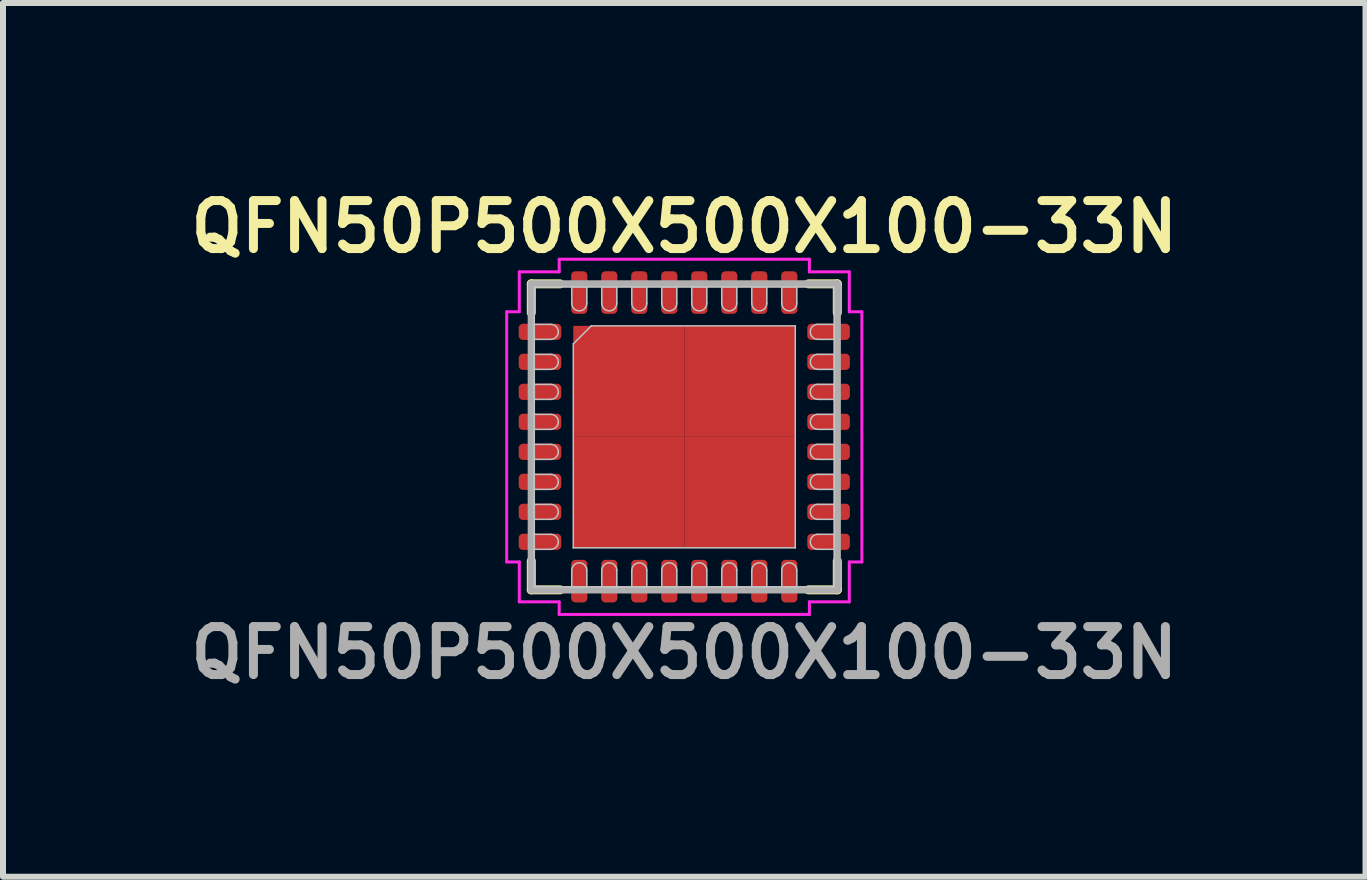
<source format=kicad_pcb>
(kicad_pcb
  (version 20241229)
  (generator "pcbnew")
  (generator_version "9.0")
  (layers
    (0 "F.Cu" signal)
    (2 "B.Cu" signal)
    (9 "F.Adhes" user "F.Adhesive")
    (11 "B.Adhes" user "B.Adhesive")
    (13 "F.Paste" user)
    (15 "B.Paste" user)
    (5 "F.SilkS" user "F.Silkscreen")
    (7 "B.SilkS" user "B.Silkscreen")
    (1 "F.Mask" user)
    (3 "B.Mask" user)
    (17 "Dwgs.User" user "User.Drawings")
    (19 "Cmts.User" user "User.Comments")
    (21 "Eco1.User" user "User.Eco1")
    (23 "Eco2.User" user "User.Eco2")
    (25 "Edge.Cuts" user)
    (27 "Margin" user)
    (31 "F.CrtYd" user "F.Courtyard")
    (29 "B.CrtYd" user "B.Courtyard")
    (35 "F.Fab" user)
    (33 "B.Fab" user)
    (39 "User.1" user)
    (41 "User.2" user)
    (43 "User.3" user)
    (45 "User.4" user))
  (footprint "QFN50P500X500X100-33N"
    (layer "F.Cu")
    (at 8.355 4.231)
    (property "Reference" "QFN50P500X500X100-33N" (at 0 -3.5 0) (layer "F.SilkS") (effects (font (size 0.8 0.8) (thickness 0.15))))
    (attr smd)
    (fp_line (start -2.55 -2.55) (end -2.07 -2.55) (stroke (width 0.15) (type solid)) (layer "F.SilkS"))
    (fp_line (start -2.55 -2.07) (end -2.55 -2.55) (stroke (width 0.15) (type solid)) (layer "F.SilkS"))
    (fp_line (start -2.55 2.07) (end -2.55 2.55) (stroke (width 0.15) (type solid)) (layer "F.SilkS"))
    (fp_line (start -2.55 2.55) (end -2.07 2.55) (stroke (width 0.15) (type solid)) (layer "F.SilkS"))
    (fp_line (start 2.55 -2.55) (end 2.07 -2.55) (stroke (width 0.15) (type solid)) (layer "F.SilkS"))
    (fp_line (start 2.55 -2.07) (end 2.55 -2.55) (stroke (width 0.15) (type solid)) (layer "F.SilkS"))
    (fp_line (start 2.55 2.07) (end 2.55 2.55) (stroke (width 0.15) (type solid)) (layer "F.SilkS"))
    (fp_line (start 2.55 2.55) (end 2.07 2.55) (stroke (width 0.15) (type solid)) (layer "F.SilkS"))
    (fp_line (start -2.5 -2.5) (end 2.5 -2.5) (stroke (width 0.025) (type solid)) (layer "Dwgs.User"))
    (fp_line (start -2.5 -1.875) (end -2.5 -1.625) (stroke (width 0.025) (type solid)) (layer "Dwgs.User"))
    (fp_line (start -2.5 -1.625) (end -2.225 -1.625) (stroke (width 0.025) (type solid)) (layer "Dwgs.User"))
    (fp_line (start -2.5 -1.375) (end -2.5 -1.125) (stroke (width 0.025) (type solid)) (layer "Dwgs.User"))
    (fp_line (start -2.5 -1.125) (end -2.225 -1.125) (stroke (width 0.025) (type solid)) (layer "Dwgs.User"))
    (fp_line (start -2.5 -0.875) (end -2.5 -0.625) (stroke (width 0.025) (type solid)) (layer "Dwgs.User"))
    (fp_line (start -2.5 -0.625) (end -2.225 -0.625) (stroke (width 0.025) (type solid)) (layer "Dwgs.User"))
    (fp_line (start -2.5 -0.375) (end -2.5 -0.125) (stroke (width 0.025) (type solid)) (layer "Dwgs.User"))
    (fp_line (start -2.5 -0.125) (end -2.225 -0.125) (stroke (width 0.025) (type solid)) (layer "Dwgs.User"))
    (fp_line (start -2.5 0.125) (end -2.5 0.375) (stroke (width 0.025) (type solid)) (layer "Dwgs.User"))
    (fp_line (start -2.5 0.375) (end -2.225 0.375) (stroke (width 0.025) (type solid)) (layer "Dwgs.User"))
    (fp_line (start -2.5 0.625) (end -2.5 0.875) (stroke (width 0.025) (type solid)) (layer "Dwgs.User"))
    (fp_line (start -2.5 0.875) (end -2.225 0.875) (stroke (width 0.025) (type solid)) (layer "Dwgs.User"))
    (fp_line (start -2.5 1.125) (end -2.5 1.375) (stroke (width 0.025) (type solid)) (layer "Dwgs.User"))
    (fp_line (start -2.5 1.375) (end -2.225 1.375) (stroke (width 0.025) (type solid)) (layer "Dwgs.User"))
    (fp_line (start -2.5 1.625) (end -2.5 1.875) (stroke (width 0.025) (type solid)) (layer "Dwgs.User"))
    (fp_line (start -2.5 1.875) (end -2.225 1.875) (stroke (width 0.025) (type solid)) (layer "Dwgs.User"))
    (fp_line (start -2.5 2.5) (end -2.5 -2.5) (stroke (width 0.025) (type solid)) (layer "Dwgs.User"))
    (fp_line (start -2.225 -1.875) (end -2.5 -1.875) (stroke (width 0.025) (type solid)) (layer "Dwgs.User"))
    (fp_line (start -2.225 -1.375) (end -2.5 -1.375) (stroke (width 0.025) (type solid)) (layer "Dwgs.User"))
    (fp_line (start -2.225 -0.875) (end -2.5 -0.875) (stroke (width 0.025) (type solid)) (layer "Dwgs.User"))
    (fp_line (start -2.225 -0.375) (end -2.5 -0.375) (stroke (width 0.025) (type solid)) (layer "Dwgs.User"))
    (fp_line (start -2.225 0.125) (end -2.5 0.125) (stroke (width 0.025) (type solid)) (layer "Dwgs.User"))
    (fp_line (start -2.225 0.625) (end -2.5 0.625) (stroke (width 0.025) (type solid)) (layer "Dwgs.User"))
    (fp_line (start -2.225 1.125) (end -2.5 1.125) (stroke (width 0.025) (type solid)) (layer "Dwgs.User"))
    (fp_line (start -2.225 1.625) (end -2.5 1.625) (stroke (width 0.025) (type solid)) (layer "Dwgs.User"))
    (fp_line (start -1.875 -2.5) (end -1.875 -2.225) (stroke (width 0.025) (type solid)) (layer "Dwgs.User"))
    (fp_line (start -1.875 2.225) (end -1.875 2.5) (stroke (width 0.025) (type solid)) (layer "Dwgs.User"))
    (fp_line (start -1.875 2.5) (end -1.625 2.5) (stroke (width 0.025) (type solid)) (layer "Dwgs.User"))
    (fp_line (start -1.85 -1.55) (end -1.85 1.85) (stroke (width 0.025) (type solid)) (layer "Dwgs.User"))
    (fp_line (start -1.85 1.85) (end 1.85 1.85) (stroke (width 0.025) (type solid)) (layer "Dwgs.User"))
    (fp_line (start -1.625 -2.5) (end -1.875 -2.5) (stroke (width 0.025) (type solid)) (layer "Dwgs.User"))
    (fp_line (start -1.625 -2.225) (end -1.625 -2.5) (stroke (width 0.025) (type solid)) (layer "Dwgs.User"))
    (fp_line (start -1.625 2.5) (end -1.625 2.225) (stroke (width 0.025) (type solid)) (layer "Dwgs.User"))
    (fp_line (start -1.55 -1.85) (end -1.85 -1.55) (stroke (width 0.025) (type solid)) (layer "Dwgs.User"))
    (fp_line (start -1.375 -2.5) (end -1.375 -2.225) (stroke (width 0.025) (type solid)) (layer "Dwgs.User"))
    (fp_line (start -1.375 2.225) (end -1.375 2.5) (stroke (width 0.025) (type solid)) (layer "Dwgs.User"))
    (fp_line (start -1.375 2.5) (end -1.125 2.5) (stroke (width 0.025) (type solid)) (layer "Dwgs.User"))
    (fp_line (start -1.125 -2.5) (end -1.375 -2.5) (stroke (width 0.025) (type solid)) (layer "Dwgs.User"))
    (fp_line (start -1.125 -2.225) (end -1.125 -2.5) (stroke (width 0.025) (type solid)) (layer "Dwgs.User"))
    (fp_line (start -1.125 2.5) (end -1.125 2.225) (stroke (width 0.025) (type solid)) (layer "Dwgs.User"))
    (fp_line (start -0.875 -2.5) (end -0.875 -2.225) (stroke (width 0.025) (type solid)) (layer "Dwgs.User"))
    (fp_line (start -0.875 2.225) (end -0.875 2.5) (stroke (width 0.025) (type solid)) (layer "Dwgs.User"))
    (fp_line (start -0.875 2.5) (end -0.625 2.5) (stroke (width 0.025) (type solid)) (layer "Dwgs.User"))
    (fp_line (start -0.625 -2.5) (end -0.875 -2.5) (stroke (width 0.025) (type solid)) (layer "Dwgs.User"))
    (fp_line (start -0.625 -2.225) (end -0.625 -2.5) (stroke (width 0.025) (type solid)) (layer "Dwgs.User"))
    (fp_line (start -0.625 2.5) (end -0.625 2.225) (stroke (width 0.025) (type solid)) (layer "Dwgs.User"))
    (fp_line (start -0.375 -2.5) (end -0.375 -2.225) (stroke (width 0.025) (type solid)) (layer "Dwgs.User"))
    (fp_line (start -0.375 2.225) (end -0.375 2.5) (stroke (width 0.025) (type solid)) (layer "Dwgs.User"))
    (fp_line (start -0.375 2.5) (end -0.125 2.5) (stroke (width 0.025) (type solid)) (layer "Dwgs.User"))
    (fp_line (start -0.125 -2.5) (end -0.375 -2.5) (stroke (width 0.025) (type solid)) (layer "Dwgs.User"))
    (fp_line (start -0.125 -2.225) (end -0.125 -2.5) (stroke (width 0.025) (type solid)) (layer "Dwgs.User"))
    (fp_line (start -0.125 2.5) (end -0.125 2.225) (stroke (width 0.025) (type solid)) (layer "Dwgs.User"))
    (fp_line (start 0.125 -2.5) (end 0.125 -2.225) (stroke (width 0.025) (type solid)) (layer "Dwgs.User"))
    (fp_line (start 0.125 2.225) (end 0.125 2.5) (stroke (width 0.025) (type solid)) (layer "Dwgs.User"))
    (fp_line (start 0.125 2.5) (end 0.375 2.5) (stroke (width 0.025) (type solid)) (layer "Dwgs.User"))
    (fp_line (start 0.375 -2.5) (end 0.125 -2.5) (stroke (width 0.025) (type solid)) (layer "Dwgs.User"))
    (fp_line (start 0.375 -2.225) (end 0.375 -2.5) (stroke (width 0.025) (type solid)) (layer "Dwgs.User"))
    (fp_line (start 0.375 2.5) (end 0.375 2.225) (stroke (width 0.025) (type solid)) (layer "Dwgs.User"))
    (fp_line (start 0.625 -2.5) (end 0.625 -2.225) (stroke (width 0.025) (type solid)) (layer "Dwgs.User"))
    (fp_line (start 0.625 2.225) (end 0.625 2.5) (stroke (width 0.025) (type solid)) (layer "Dwgs.User"))
    (fp_line (start 0.625 2.5) (end 0.875 2.5) (stroke (width 0.025) (type solid)) (layer "Dwgs.User"))
    (fp_line (start 0.875 -2.5) (end 0.625 -2.5) (stroke (width 0.025) (type solid)) (layer "Dwgs.User"))
    (fp_line (start 0.875 -2.225) (end 0.875 -2.5) (stroke (width 0.025) (type solid)) (layer "Dwgs.User"))
    (fp_line (start 0.875 2.5) (end 0.875 2.225) (stroke (width 0.025) (type solid)) (layer "Dwgs.User"))
    (fp_line (start 1.125 -2.5) (end 1.125 -2.225) (stroke (width 0.025) (type solid)) (layer "Dwgs.User"))
    (fp_line (start 1.125 2.225) (end 1.125 2.5) (stroke (width 0.025) (type solid)) (layer "Dwgs.User"))
    (fp_line (start 1.125 2.5) (end 1.375 2.5) (stroke (width 0.025) (type solid)) (layer "Dwgs.User"))
    (fp_line (start 1.375 -2.5) (end 1.125 -2.5) (stroke (width 0.025) (type solid)) (layer "Dwgs.User"))
    (fp_line (start 1.375 -2.225) (end 1.375 -2.5) (stroke (width 0.025) (type solid)) (layer "Dwgs.User"))
    (fp_line (start 1.375 2.5) (end 1.375 2.225) (stroke (width 0.025) (type solid)) (layer "Dwgs.User"))
    (fp_line (start 1.625 -2.5) (end 1.625 -2.225) (stroke (width 0.025) (type solid)) (layer "Dwgs.User"))
    (fp_line (start 1.625 2.225) (end 1.625 2.5) (stroke (width 0.025) (type solid)) (layer "Dwgs.User"))
    (fp_line (start 1.625 2.5) (end 1.875 2.5) (stroke (width 0.025) (type solid)) (layer "Dwgs.User"))
    (fp_line (start 1.85 -1.85) (end -1.55 -1.85) (stroke (width 0.025) (type solid)) (layer "Dwgs.User"))
    (fp_line (start 1.85 1.85) (end 1.85 -1.85) (stroke (width 0.025) (type solid)) (layer "Dwgs.User"))
    (fp_line (start 1.875 -2.5) (end 1.625 -2.5) (stroke (width 0.025) (type solid)) (layer "Dwgs.User"))
    (fp_line (start 1.875 -2.225) (end 1.875 -2.5) (stroke (width 0.025) (type solid)) (layer "Dwgs.User"))
    (fp_line (start 1.875 2.5) (end 1.875 2.225) (stroke (width 0.025) (type solid)) (layer "Dwgs.User"))
    (fp_line (start 2.225 -1.625) (end 2.5 -1.625) (stroke (width 0.025) (type solid)) (layer "Dwgs.User"))
    (fp_line (start 2.225 -1.125) (end 2.5 -1.125) (stroke (width 0.025) (type solid)) (layer "Dwgs.User"))
    (fp_line (start 2.225 -0.625) (end 2.5 -0.625) (stroke (width 0.025) (type solid)) (layer "Dwgs.User"))
    (fp_line (start 2.225 -0.125) (end 2.5 -0.125) (stroke (width 0.025) (type solid)) (layer "Dwgs.User"))
    (fp_line (start 2.225 0.375) (end 2.5 0.375) (stroke (width 0.025) (type solid)) (layer "Dwgs.User"))
    (fp_line (start 2.225 0.875) (end 2.5 0.875) (stroke (width 0.025) (type solid)) (layer "Dwgs.User"))
    (fp_line (start 2.225 1.375) (end 2.5 1.375) (stroke (width 0.025) (type solid)) (layer "Dwgs.User"))
    (fp_line (start 2.225 1.875) (end 2.5 1.875) (stroke (width 0.025) (type solid)) (layer "Dwgs.User"))
    (fp_line (start 2.5 -2.5) (end 2.5 2.5) (stroke (width 0.025) (type solid)) (layer "Dwgs.User"))
    (fp_line (start 2.5 -1.875) (end 2.225 -1.875) (stroke (width 0.025) (type solid)) (layer "Dwgs.User"))
    (fp_line (start 2.5 -1.625) (end 2.5 -1.875) (stroke (width 0.025) (type solid)) (layer "Dwgs.User"))
    (fp_line (start 2.5 -1.375) (end 2.225 -1.375) (stroke (width 0.025) (type solid)) (layer "Dwgs.User"))
    (fp_line (start 2.5 -1.125) (end 2.5 -1.375) (stroke (width 0.025) (type solid)) (layer "Dwgs.User"))
    (fp_line (start 2.5 -0.875) (end 2.225 -0.875) (stroke (width 0.025) (type solid)) (layer "Dwgs.User"))
    (fp_line (start 2.5 -0.625) (end 2.5 -0.875) (stroke (width 0.025) (type solid)) (layer "Dwgs.User"))
    (fp_line (start 2.5 -0.375) (end 2.225 -0.375) (stroke (width 0.025) (type solid)) (layer "Dwgs.User"))
    (fp_line (start 2.5 -0.125) (end 2.5 -0.375) (stroke (width 0.025) (type solid)) (layer "Dwgs.User"))
    (fp_line (start 2.5 0.125) (end 2.225 0.125) (stroke (width 0.025) (type solid)) (layer "Dwgs.User"))
    (fp_line (start 2.5 0.375) (end 2.5 0.125) (stroke (width 0.025) (type solid)) (layer "Dwgs.User"))
    (fp_line (start 2.5 0.625) (end 2.225 0.625) (stroke (width 0.025) (type solid)) (layer "Dwgs.User"))
    (fp_line (start 2.5 0.875) (end 2.5 0.625) (stroke (width 0.025) (type solid)) (layer "Dwgs.User"))
    (fp_line (start 2.5 1.125) (end 2.225 1.125) (stroke (width 0.025) (type solid)) (layer "Dwgs.User"))
    (fp_line (start 2.5 1.375) (end 2.5 1.125) (stroke (width 0.025) (type solid)) (layer "Dwgs.User"))
    (fp_line (start 2.5 1.625) (end 2.225 1.625) (stroke (width 0.025) (type solid)) (layer "Dwgs.User"))
    (fp_line (start 2.5 1.875) (end 2.5 1.625) (stroke (width 0.025) (type solid)) (layer "Dwgs.User"))
    (fp_line (start 2.5 2.5) (end -2.5 2.5) (stroke (width 0.025) (type solid)) (layer "Dwgs.User"))
    (fp_arc (start -2.225 -1.875) (mid -2.1 -1.75) (end -2.225 -1.625) (stroke (width 0.025) (type solid)) (layer "Dwgs.User"))
    (fp_arc (start -2.225 -1.375) (mid -2.1 -1.25) (end -2.225 -1.125) (stroke (width 0.025) (type solid)) (layer "Dwgs.User"))
    (fp_arc (start -2.225 -0.875) (mid -2.1 -0.75) (end -2.225 -0.625) (stroke (width 0.025) (type solid)) (layer "Dwgs.User"))
    (fp_arc (start -2.225 -0.375) (mid -2.1 -0.25) (end -2.225 -0.125) (stroke (width 0.025) (type solid)) (layer "Dwgs.User"))
    (fp_arc (start -2.225 0.125) (mid -2.1 0.25) (end -2.225 0.375) (stroke (width 0.025) (type solid)) (layer "Dwgs.User"))
    (fp_arc (start -2.225 0.625) (mid -2.1 0.75) (end -2.225 0.875) (stroke (width 0.025) (type solid)) (layer "Dwgs.User"))
    (fp_arc (start -2.225 1.125) (mid -2.1 1.25) (end -2.225 1.375) (stroke (width 0.025) (type solid)) (layer "Dwgs.User"))
    (fp_arc (start -2.225 1.625) (mid -2.1 1.75) (end -2.225 1.875) (stroke (width 0.025) (type solid)) (layer "Dwgs.User"))
    (fp_arc (start -1.875 2.225) (mid -1.75 2.1) (end -1.625 2.225) (stroke (width 0.025) (type solid)) (layer "Dwgs.User"))
    (fp_arc (start -1.625 -2.225) (mid -1.75 -2.1) (end -1.875 -2.225) (stroke (width 0.025) (type solid)) (layer "Dwgs.User"))
    (fp_arc (start -1.375 2.225) (mid -1.25 2.1) (end -1.125 2.225) (stroke (width 0.025) (type solid)) (layer "Dwgs.User"))
    (fp_arc (start -1.125 -2.225) (mid -1.25 -2.1) (end -1.375 -2.225) (stroke (width 0.025) (type solid)) (layer "Dwgs.User"))
    (fp_arc (start -0.875 2.225) (mid -0.75 2.1) (end -0.625 2.225) (stroke (width 0.025) (type solid)) (layer "Dwgs.User"))
    (fp_arc (start -0.625 -2.225) (mid -0.75 -2.1) (end -0.875 -2.225) (stroke (width 0.025) (type solid)) (layer "Dwgs.User"))
    (fp_arc (start -0.375 2.225) (mid -0.25 2.1) (end -0.125 2.225) (stroke (width 0.025) (type solid)) (layer "Dwgs.User"))
    (fp_arc (start -0.125 -2.225) (mid -0.25 -2.1) (end -0.375 -2.225) (stroke (width 0.025) (type solid)) (layer "Dwgs.User"))
    (fp_arc (start 0.125 2.225) (mid 0.25 2.1) (end 0.375 2.225) (stroke (width 0.025) (type solid)) (layer "Dwgs.User"))
    (fp_arc (start 0.375 -2.225) (mid 0.25 -2.1) (end 0.125 -2.225) (stroke (width 0.025) (type solid)) (layer "Dwgs.User"))
    (fp_arc (start 0.625 2.225) (mid 0.75 2.1) (end 0.875 2.225) (stroke (width 0.025) (type solid)) (layer "Dwgs.User"))
    (fp_arc (start 0.875 -2.225) (mid 0.75 -2.1) (end 0.625 -2.225) (stroke (width 0.025) (type solid)) (layer "Dwgs.User"))
    (fp_arc (start 1.125 2.225) (mid 1.25 2.1) (end 1.375 2.225) (stroke (width 0.025) (type solid)) (layer "Dwgs.User"))
    (fp_arc (start 1.375 -2.225) (mid 1.25 -2.1) (end 1.125 -2.225) (stroke (width 0.025) (type solid)) (layer "Dwgs.User"))
    (fp_arc (start 1.625 2.225) (mid 1.75 2.1) (end 1.875 2.225) (stroke (width 0.025) (type solid)) (layer "Dwgs.User"))
    (fp_arc (start 1.875 -2.225) (mid 1.75 -2.1) (end 1.625 -2.225) (stroke (width 0.025) (type solid)) (layer "Dwgs.User"))
    (fp_arc (start 2.225 -1.625) (mid 2.1 -1.75) (end 2.225 -1.875) (stroke (width 0.025) (type solid)) (layer "Dwgs.User"))
    (fp_arc (start 2.225 -1.125) (mid 2.1 -1.25) (end 2.225 -1.375) (stroke (width 0.025) (type solid)) (layer "Dwgs.User"))
    (fp_arc (start 2.225 -0.625) (mid 2.1 -0.75) (end 2.225 -0.875) (stroke (width 0.025) (type solid)) (layer "Dwgs.User"))
    (fp_arc (start 2.225 -0.125) (mid 2.1 -0.25) (end 2.225 -0.375) (stroke (width 0.025) (type solid)) (layer "Dwgs.User"))
    (fp_arc (start 2.225 0.375) (mid 2.1 0.25) (end 2.225 0.125) (stroke (width 0.025) (type solid)) (layer "Dwgs.User"))
    (fp_arc (start 2.225 0.875) (mid 2.1 0.75) (end 2.225 0.625) (stroke (width 0.025) (type solid)) (layer "Dwgs.User"))
    (fp_arc (start 2.225 1.375) (mid 2.1 1.25) (end 2.225 1.125) (stroke (width 0.025) (type solid)) (layer "Dwgs.User"))
    (fp_arc (start 2.225 1.875) (mid 2.1 1.75) (end 2.225 1.625) (stroke (width 0.025) (type solid)) (layer "Dwgs.User"))
    (fp_line (start -2.96 -2.085) (end -2.96 2.085) (stroke (width 0.05) (type solid)) (layer "F.CrtYd"))
    (fp_line (start -2.96 2.085) (end -2.75 2.085) (stroke (width 0.05) (type solid)) (layer "F.CrtYd"))
    (fp_line (start -2.75 -2.75) (end -2.75 -2.085) (stroke (width 0.05) (type solid)) (layer "F.CrtYd"))
    (fp_line (start -2.75 -2.085) (end -2.96 -2.085) (stroke (width 0.05) (type solid)) (layer "F.CrtYd"))
    (fp_line (start -2.75 2.085) (end -2.75 2.75) (stroke (width 0.05) (type solid)) (layer "F.CrtYd"))
    (fp_line (start -2.75 2.75) (end -2.085 2.75) (stroke (width 0.05) (type solid)) (layer "F.CrtYd"))
    (fp_line (start -2.085 -2.96) (end -2.085 -2.75) (stroke (width 0.05) (type solid)) (layer "F.CrtYd"))
    (fp_line (start -2.085 -2.75) (end -2.75 -2.75) (stroke (width 0.05) (type solid)) (layer "F.CrtYd"))
    (fp_line (start -2.085 2.75) (end -2.085 2.96) (stroke (width 0.05) (type solid)) (layer "F.CrtYd"))
    (fp_line (start -2.085 2.96) (end 2.085 2.96) (stroke (width 0.05) (type solid)) (layer "F.CrtYd"))
    (fp_line (start 2.085 -2.96) (end -2.085 -2.96) (stroke (width 0.05) (type solid)) (layer "F.CrtYd"))
    (fp_line (start 2.085 -2.75) (end 2.085 -2.96) (stroke (width 0.05) (type solid)) (layer "F.CrtYd"))
    (fp_line (start 2.085 2.75) (end 2.75 2.75) (stroke (width 0.05) (type solid)) (layer "F.CrtYd"))
    (fp_line (start 2.085 2.96) (end 2.085 2.75) (stroke (width 0.05) (type solid)) (layer "F.CrtYd"))
    (fp_line (start 2.75 -2.75) (end 2.085 -2.75) (stroke (width 0.05) (type solid)) (layer "F.CrtYd"))
    (fp_line (start 2.75 -2.085) (end 2.75 -2.75) (stroke (width 0.05) (type solid)) (layer "F.CrtYd"))
    (fp_line (start 2.75 2.085) (end 2.96 2.085) (stroke (width 0.05) (type solid)) (layer "F.CrtYd"))
    (fp_line (start 2.75 2.75) (end 2.75 2.085) (stroke (width 0.05) (type solid)) (layer "F.CrtYd"))
    (fp_line (start 2.96 -2.085) (end 2.75 -2.085) (stroke (width 0.05) (type solid)) (layer "F.CrtYd"))
    (fp_line (start 2.96 2.085) (end 2.96 -2.085) (stroke (width 0.05) (type solid)) (layer "F.CrtYd"))
    (fp_line (start -2.55 -2.55) (end 2.55 -2.55) (stroke (width 0.12) (type solid)) (layer "F.Fab"))
    (fp_line (start -2.55 2.55) (end -2.55 -2.55) (stroke (width 0.12) (type solid)) (layer "F.Fab"))
    (fp_line (start 2.55 -2.55) (end 2.55 2.55) (stroke (width 0.12) (type solid)) (layer "F.Fab"))
    (fp_line (start 2.55 2.55) (end -2.55 2.55) (stroke (width 0.12) (type solid)) (layer "F.Fab"))
    (fp_text user "${REFERENCE}" (at 0 3.6 0) (layer "F.Fab") (effects (font (size 0.8 0.8) (thickness 0.15))))
    (pad "" smd rect (at -0.925 -0.925) (size 1.31 1.31) (layers "F.Paste"))
    (pad "" smd rect (at -0.925 0.925) (size 1.31 1.31) (layers "F.Paste"))
    (pad "" smd rect (at 0.925 -0.925) (size 1.31 1.31) (layers "F.Paste"))
    (pad "" smd rect (at 0.925 0.925) (size 1.31 1.31) (layers "F.Paste"))
    (pad "1" smd roundrect (at -2.405 -1.75) (size 0.71 0.27) (layers "F.Cu" "F.Mask" "F.Paste") (roundrect_rratio 0.259))
    (pad "2" smd roundrect (at -2.405 -1.25) (size 0.71 0.27) (layers "F.Cu" "F.Mask" "F.Paste") (roundrect_rratio 0.259))
    (pad "3" smd roundrect (at -2.405 -0.75) (size 0.71 0.27) (layers "F.Cu" "F.Mask" "F.Paste") (roundrect_rratio 0.259))
    (pad "4" smd roundrect (at -2.405 -0.25) (size 0.71 0.27) (layers "F.Cu" "F.Mask" "F.Paste") (roundrect_rratio 0.259))
    (pad "5" smd roundrect (at -2.405 0.25) (size 0.71 0.27) (layers "F.Cu" "F.Mask" "F.Paste") (roundrect_rratio 0.259))
    (pad "6" smd roundrect (at -2.405 0.75) (size 0.71 0.27) (layers "F.Cu" "F.Mask" "F.Paste") (roundrect_rratio 0.259))
    (pad "7" smd roundrect (at -2.405 1.25) (size 0.71 0.27) (layers "F.Cu" "F.Mask" "F.Paste") (roundrect_rratio 0.259))
    (pad "8" smd roundrect (at -2.405 1.75) (size 0.71 0.27) (layers "F.Cu" "F.Mask" "F.Paste") (roundrect_rratio 0.259))
    (pad "9" smd roundrect (at -1.75 2.405 90) (size 0.71 0.27) (layers "F.Cu" "F.Mask" "F.Paste") (roundrect_rratio 0.259))
    (pad "10" smd roundrect (at -1.25 2.405 90) (size 0.71 0.27) (layers "F.Cu" "F.Mask" "F.Paste") (roundrect_rratio 0.259))
    (pad "11" smd roundrect (at -0.75 2.405 90) (size 0.71 0.27) (layers "F.Cu" "F.Mask" "F.Paste") (roundrect_rratio 0.259))
    (pad "12" smd roundrect (at -0.25 2.405 90) (size 0.71 0.27) (layers "F.Cu" "F.Mask" "F.Paste") (roundrect_rratio 0.259))
    (pad "13" smd roundrect (at 0.25 2.405 90) (size 0.71 0.27) (layers "F.Cu" "F.Mask" "F.Paste") (roundrect_rratio 0.259))
    (pad "14" smd roundrect (at 0.75 2.405 90) (size 0.71 0.27) (layers "F.Cu" "F.Mask" "F.Paste") (roundrect_rratio 0.259))
    (pad "15" smd roundrect (at 1.25 2.405 90) (size 0.71 0.27) (layers "F.Cu" "F.Mask" "F.Paste") (roundrect_rratio 0.259))
    (pad "16" smd roundrect (at 1.75 2.405 90) (size 0.71 0.27) (layers "F.Cu" "F.Mask" "F.Paste") (roundrect_rratio 0.259))
    (pad "17" smd roundrect (at 2.405 1.75) (size 0.71 0.27) (layers "F.Cu" "F.Mask" "F.Paste") (roundrect_rratio 0.259))
    (pad "18" smd roundrect (at 2.405 1.25) (size 0.71 0.27) (layers "F.Cu" "F.Mask" "F.Paste") (roundrect_rratio 0.259))
    (pad "19" smd roundrect (at 2.405 0.75) (size 0.71 0.27) (layers "F.Cu" "F.Mask" "F.Paste") (roundrect_rratio 0.259))
    (pad "20" smd roundrect (at 2.405 0.25) (size 0.71 0.27) (layers "F.Cu" "F.Mask" "F.Paste") (roundrect_rratio 0.259))
    (pad "21" smd roundrect (at 2.405 -0.25) (size 0.71 0.27) (layers "F.Cu" "F.Mask" "F.Paste") (roundrect_rratio 0.259))
    (pad "22" smd roundrect (at 2.405 -0.75) (size 0.71 0.27) (layers "F.Cu" "F.Mask" "F.Paste") (roundrect_rratio 0.259))
    (pad "23" smd roundrect (at 2.405 -1.25) (size 0.71 0.27) (layers "F.Cu" "F.Mask" "F.Paste") (roundrect_rratio 0.259))
    (pad "24" smd roundrect (at 2.405 -1.75) (size 0.71 0.27) (layers "F.Cu" "F.Mask" "F.Paste") (roundrect_rratio 0.259))
    (pad "25" smd roundrect (at 1.75 -2.405 90) (size 0.71 0.27) (layers "F.Cu" "F.Mask" "F.Paste") (roundrect_rratio 0.259))
    (pad "26" smd roundrect (at 1.25 -2.405 90) (size 0.71 0.27) (layers "F.Cu" "F.Mask" "F.Paste") (roundrect_rratio 0.259))
    (pad "27" smd roundrect (at 0.75 -2.405 90) (size 0.71 0.27) (layers "F.Cu" "F.Mask" "F.Paste") (roundrect_rratio 0.259))
    (pad "28" smd roundrect (at 0.25 -2.405 90) (size 0.71 0.27) (layers "F.Cu" "F.Mask" "F.Paste") (roundrect_rratio 0.259))
    (pad "29" smd roundrect (at -0.25 -2.405 90) (size 0.71 0.27) (layers "F.Cu" "F.Mask" "F.Paste") (roundrect_rratio 0.259))
    (pad "30" smd roundrect (at -0.75 -2.405 90) (size 0.71 0.27) (layers "F.Cu" "F.Mask" "F.Paste") (roundrect_rratio 0.259))
    (pad "31" smd roundrect (at -1.25 -2.405 90) (size 0.71 0.27) (layers "F.Cu" "F.Mask" "F.Paste") (roundrect_rratio 0.259))
    (pad "32" smd roundrect (at -1.75 -2.405 90) (size 0.71 0.27) (layers "F.Cu" "F.Mask" "F.Paste") (roundrect_rratio 0.259))
    (pad "33" smd rect (at -0.925 -0.925) (size 1.85 1.85) (layers "F.Cu" "F.Mask" "F.Paste"))
    (pad "33" smd rect (at -0.925 0.925) (size 1.85 1.85) (layers "F.Cu" "F.Mask" "F.Paste"))
    (pad "33" smd rect (at 0.925 -0.925) (size 1.85 1.85) (layers "F.Cu" "F.Mask" "F.Paste"))
    (pad "33" smd rect (at 0.925 0.925) (size 1.85 1.85) (layers "F.Cu" "F.Mask" "F.Paste")))
  (gr_rect
    (start -3 -3)
    (end 19.709 11.562)
    (stroke (width 0.1) (type default))
    (fill no)
    (layer "Edge.Cuts")))
</source>
